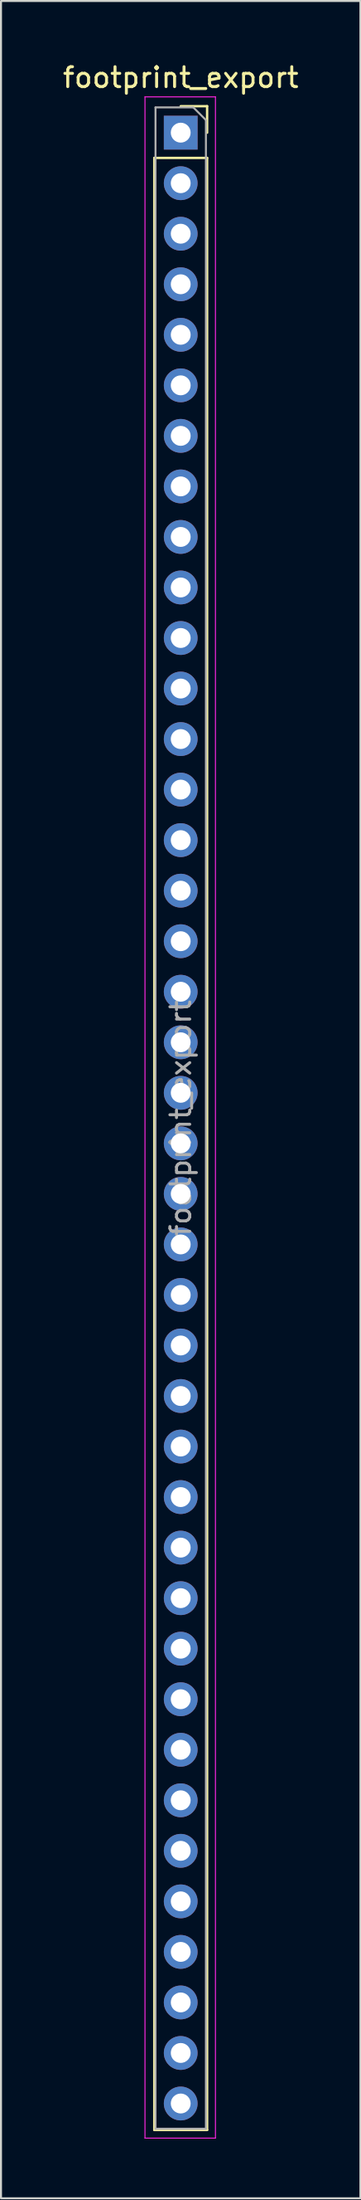
<source format=kicad_pcb>
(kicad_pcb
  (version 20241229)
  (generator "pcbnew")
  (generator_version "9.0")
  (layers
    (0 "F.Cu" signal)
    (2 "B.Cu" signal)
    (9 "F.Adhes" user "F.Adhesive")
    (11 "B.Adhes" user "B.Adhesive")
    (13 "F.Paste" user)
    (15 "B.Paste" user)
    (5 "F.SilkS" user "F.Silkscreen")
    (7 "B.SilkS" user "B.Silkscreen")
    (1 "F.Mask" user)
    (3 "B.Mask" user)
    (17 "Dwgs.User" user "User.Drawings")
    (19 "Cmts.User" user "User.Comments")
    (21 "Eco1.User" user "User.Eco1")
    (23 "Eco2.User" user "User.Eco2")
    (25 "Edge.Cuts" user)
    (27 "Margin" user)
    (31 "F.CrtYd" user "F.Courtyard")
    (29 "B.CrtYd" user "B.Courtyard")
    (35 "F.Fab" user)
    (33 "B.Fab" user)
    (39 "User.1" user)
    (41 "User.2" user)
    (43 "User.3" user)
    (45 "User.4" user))
  (footprint "footprint_export"
    (layer "F.Cu")
    (at 6.054 3.618)
    (property "Reference" "footprint_export" (at 0 -2.77 0) (layer "F.SilkS") (effects (font (size 1 1) (thickness 0.15))))
    (attr through_hole)
    (fp_line (start -1.33 1.27) (end -1.33 100.39) (stroke (width 0.12) (type solid)) (layer "F.SilkS"))
    (fp_line (start -1.33 1.27) (end 1.33 1.27) (stroke (width 0.12) (type solid)) (layer "F.SilkS"))
    (fp_line (start -1.33 100.39) (end 1.33 100.39) (stroke (width 0.12) (type solid)) (layer "F.SilkS"))
    (fp_line (start 0 -1.33) (end 1.33 -1.33) (stroke (width 0.12) (type solid)) (layer "F.SilkS"))
    (fp_line (start 1.33 -1.33) (end 1.33 0) (stroke (width 0.12) (type solid)) (layer "F.SilkS"))
    (fp_line (start 1.33 1.27) (end 1.33 100.39) (stroke (width 0.12) (type solid)) (layer "F.SilkS"))
    (fp_line (start -1.8 -1.8) (end 1.75 -1.8) (stroke (width 0.05) (type solid)) (layer "F.CrtYd"))
    (fp_line (start -1.8 100.8) (end -1.8 -1.8) (stroke (width 0.05) (type solid)) (layer "F.CrtYd"))
    (fp_line (start 1.75 -1.8) (end 1.75 100.8) (stroke (width 0.05) (type solid)) (layer "F.CrtYd"))
    (fp_line (start 1.75 100.8) (end -1.8 100.8) (stroke (width 0.05) (type solid)) (layer "F.CrtYd"))
    (fp_line (start -1.27 -1.27) (end 0.635 -1.27) (stroke (width 0.1) (type solid)) (layer "F.Fab"))
    (fp_line (start -1.27 100.33) (end -1.27 -1.27) (stroke (width 0.1) (type solid)) (layer "F.Fab"))
    (fp_line (start 0.635 -1.27) (end 1.27 -0.635) (stroke (width 0.1) (type solid)) (layer "F.Fab"))
    (fp_line (start 1.27 -0.635) (end 1.27 100.33) (stroke (width 0.1) (type solid)) (layer "F.Fab"))
    (fp_line (start 1.27 100.33) (end -1.27 100.33) (stroke (width 0.1) (type solid)) (layer "F.Fab"))
    (fp_text user "${REFERENCE}" (at 0 49.53 90) (layer "F.Fab") (effects (font (size 1 1) (thickness 0.15))))
    (pad "1" thru_hole rect (at 0 0) (size 1.7 1.7) (drill 1) (layers "*.Cu" "*.Mask"))
    (pad "2" thru_hole oval (at 0 2.54) (size 1.7 1.7) (drill 1) (layers "*.Cu" "*.Mask"))
    (pad "3" thru_hole oval (at 0 5.08) (size 1.7 1.7) (drill 1) (layers "*.Cu" "*.Mask"))
    (pad "4" thru_hole oval (at 0 7.62) (size 1.7 1.7) (drill 1) (layers "*.Cu" "*.Mask"))
    (pad "5" thru_hole oval (at 0 10.16) (size 1.7 1.7) (drill 1) (layers "*.Cu" "*.Mask"))
    (pad "6" thru_hole oval (at 0 12.7) (size 1.7 1.7) (drill 1) (layers "*.Cu" "*.Mask"))
    (pad "7" thru_hole oval (at 0 15.24) (size 1.7 1.7) (drill 1) (layers "*.Cu" "*.Mask"))
    (pad "8" thru_hole oval (at 0 17.78) (size 1.7 1.7) (drill 1) (layers "*.Cu" "*.Mask"))
    (pad "9" thru_hole oval (at 0 20.32) (size 1.7 1.7) (drill 1) (layers "*.Cu" "*.Mask"))
    (pad "10" thru_hole oval (at 0 22.86) (size 1.7 1.7) (drill 1) (layers "*.Cu" "*.Mask"))
    (pad "11" thru_hole oval (at 0 25.4) (size 1.7 1.7) (drill 1) (layers "*.Cu" "*.Mask"))
    (pad "12" thru_hole oval (at 0 27.94) (size 1.7 1.7) (drill 1) (layers "*.Cu" "*.Mask"))
    (pad "13" thru_hole oval (at 0 30.48) (size 1.7 1.7) (drill 1) (layers "*.Cu" "*.Mask"))
    (pad "14" thru_hole oval (at 0 33.02) (size 1.7 1.7) (drill 1) (layers "*.Cu" "*.Mask"))
    (pad "15" thru_hole oval (at 0 35.56) (size 1.7 1.7) (drill 1) (layers "*.Cu" "*.Mask"))
    (pad "16" thru_hole oval (at 0 38.1) (size 1.7 1.7) (drill 1) (layers "*.Cu" "*.Mask"))
    (pad "17" thru_hole oval (at 0 40.64) (size 1.7 1.7) (drill 1) (layers "*.Cu" "*.Mask"))
    (pad "18" thru_hole oval (at 0 43.18) (size 1.7 1.7) (drill 1) (layers "*.Cu" "*.Mask"))
    (pad "19" thru_hole oval (at 0 45.72) (size 1.7 1.7) (drill 1) (layers "*.Cu" "*.Mask"))
    (pad "20" thru_hole oval (at 0 48.26) (size 1.7 1.7) (drill 1) (layers "*.Cu" "*.Mask"))
    (pad "21" thru_hole oval (at 0 50.8) (size 1.7 1.7) (drill 1) (layers "*.Cu" "*.Mask"))
    (pad "22" thru_hole oval (at 0 53.34) (size 1.7 1.7) (drill 1) (layers "*.Cu" "*.Mask"))
    (pad "23" thru_hole oval (at 0 55.88) (size 1.7 1.7) (drill 1) (layers "*.Cu" "*.Mask"))
    (pad "24" thru_hole oval (at 0 58.42) (size 1.7 1.7) (drill 1) (layers "*.Cu" "*.Mask"))
    (pad "25" thru_hole oval (at 0 60.96) (size 1.7 1.7) (drill 1) (layers "*.Cu" "*.Mask"))
    (pad "26" thru_hole oval (at 0 63.5) (size 1.7 1.7) (drill 1) (layers "*.Cu" "*.Mask"))
    (pad "27" thru_hole oval (at 0 66.04) (size 1.7 1.7) (drill 1) (layers "*.Cu" "*.Mask"))
    (pad "28" thru_hole oval (at 0 68.58) (size 1.7 1.7) (drill 1) (layers "*.Cu" "*.Mask"))
    (pad "29" thru_hole oval (at 0 71.12) (size 1.7 1.7) (drill 1) (layers "*.Cu" "*.Mask"))
    (pad "30" thru_hole oval (at 0 73.66) (size 1.7 1.7) (drill 1) (layers "*.Cu" "*.Mask"))
    (pad "31" thru_hole oval (at 0 76.2) (size 1.7 1.7) (drill 1) (layers "*.Cu" "*.Mask"))
    (pad "32" thru_hole oval (at 0 78.74) (size 1.7 1.7) (drill 1) (layers "*.Cu" "*.Mask"))
    (pad "33" thru_hole oval (at 0 81.28) (size 1.7 1.7) (drill 1) (layers "*.Cu" "*.Mask"))
    (pad "34" thru_hole oval (at 0 83.82) (size 1.7 1.7) (drill 1) (layers "*.Cu" "*.Mask"))
    (pad "35" thru_hole oval (at 0 86.36) (size 1.7 1.7) (drill 1) (layers "*.Cu" "*.Mask"))
    (pad "36" thru_hole oval (at 0 88.9) (size 1.7 1.7) (drill 1) (layers "*.Cu" "*.Mask"))
    (pad "37" thru_hole oval (at 0 91.44) (size 1.7 1.7) (drill 1) (layers "*.Cu" "*.Mask"))
    (pad "38" thru_hole oval (at 0 93.98) (size 1.7 1.7) (drill 1) (layers "*.Cu" "*.Mask"))
    (pad "39" thru_hole oval (at 0 96.52) (size 1.7 1.7) (drill 1) (layers "*.Cu" "*.Mask"))
    (pad "40" thru_hole oval (at 0 99.06) (size 1.7 1.7) (drill 1) (layers "*.Cu" "*.Mask")))
  (gr_rect
    (start -3 -3)
    (end 15.107 107.443)
    (stroke (width 0.1) (type default))
    (fill no)
    (layer "Edge.Cuts")))
</source>
